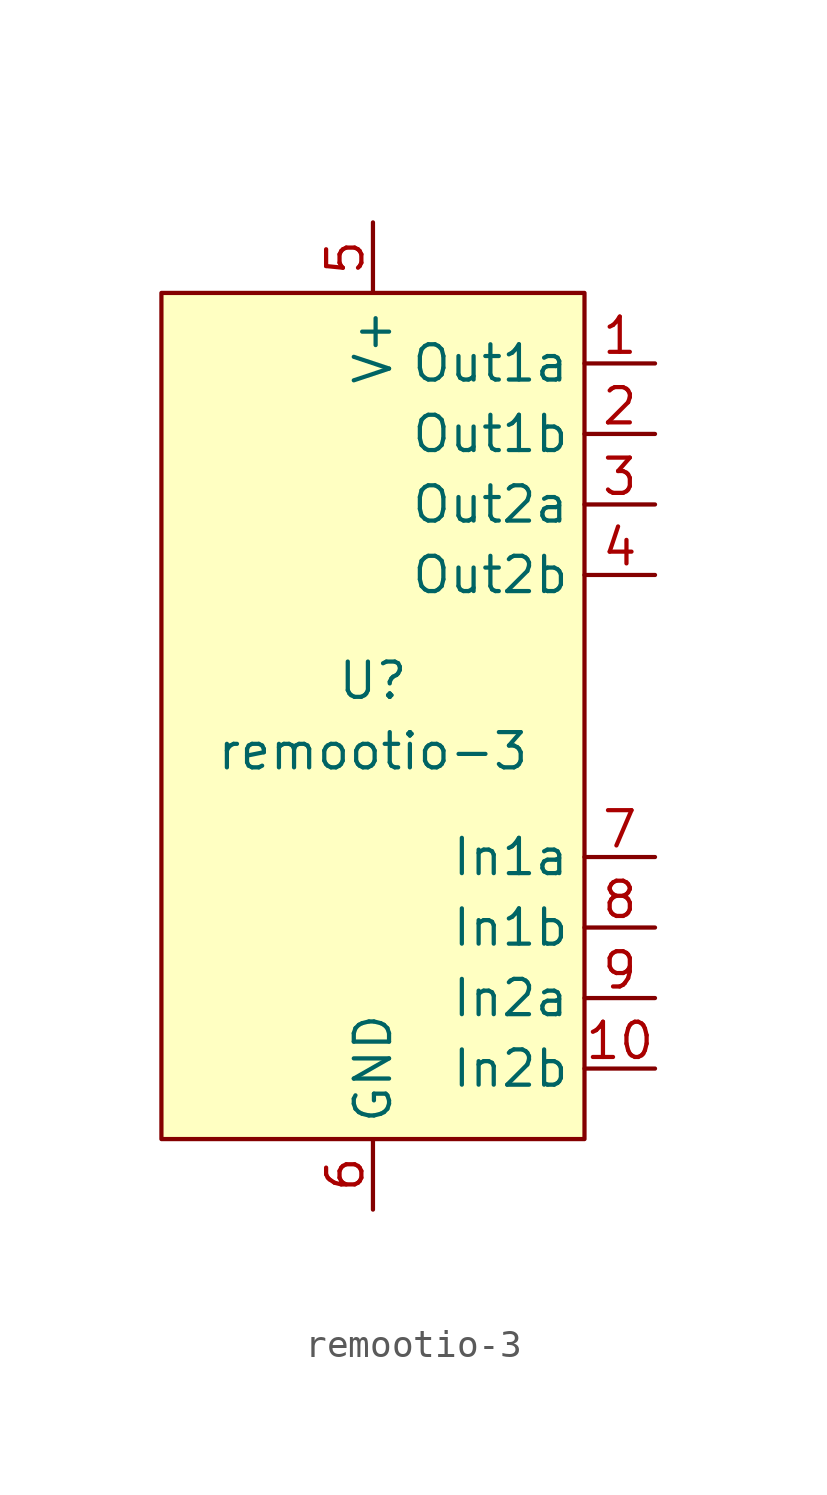
<source format=kicad_sym>
(kicad_symbol_lib
  (version 20211014)
  (generator kicad_symbol_editor)
  (symbol "remootio-3"
    (property "Reference" "U"
      (at 0 1.27 0)
      (effects (font (size 1.27 1.27))))
    (property "Value" "remootio-3"
      (at 0 -1.27 0)
      (effects (font (size 1.27 1.27))))
    (symbol "remootio-3_0_1"
      (rectangle (start -7.62 15.24) (end 7.62 -15.24) (stroke (width 0) (type default) (color 0 0 0 0)) (fill (type background))))
    (symbol "remootio-3_1_1"
      (pin passive line (at 10.16 12.7 180) (length 2.54) (name "Out1a" (effects (font (size 1.27 1.27)))) (number "1" (effects (font (size 1.27 1.27)))))
      (pin passive line (at 10.16 -12.7 180) (length 2.54) (name "In2b" (effects (font (size 1.27 1.27)))) (number "10" (effects (font (size 1.27 1.27)))))
      (pin passive line (at 10.16 10.16 180) (length 2.54) (name "Out1b" (effects (font (size 1.27 1.27)))) (number "2" (effects (font (size 1.27 1.27)))))
      (pin passive line (at 10.16 7.62 180) (length 2.54) (name "Out2a" (effects (font (size 1.27 1.27)))) (number "3" (effects (font (size 1.27 1.27)))))
      (pin passive line (at 10.16 5.08 180) (length 2.54) (name "Out2b" (effects (font (size 1.27 1.27)))) (number "4" (effects (font (size 1.27 1.27)))))
      (pin power_in line (at 0 17.78 270) (length 2.54) (name "V+" (effects (font (size 1.27 1.27)))) (number "5" (effects (font (size 1.27 1.27)))))
      (pin power_in line (at 0 -17.78 90) (length 2.54) (name "GND" (effects (font (size 1.27 1.27)))) (number "6" (effects (font (size 1.27 1.27)))))
      (pin passive line (at 10.16 -5.08 180) (length 2.54) (name "In1a" (effects (font (size 1.27 1.27)))) (number "7" (effects (font (size 1.27 1.27)))))
      (pin passive line (at 10.16 -7.62 180) (length 2.54) (name "In1b" (effects (font (size 1.27 1.27)))) (number "8" (effects (font (size 1.27 1.27)))))
      (pin passive line (at 10.16 -10.16 180) (length 2.54) (name "In2a" (effects (font (size 1.27 1.27)))) (number "9" (effects (font (size 1.27 1.27))))))))
</source>
